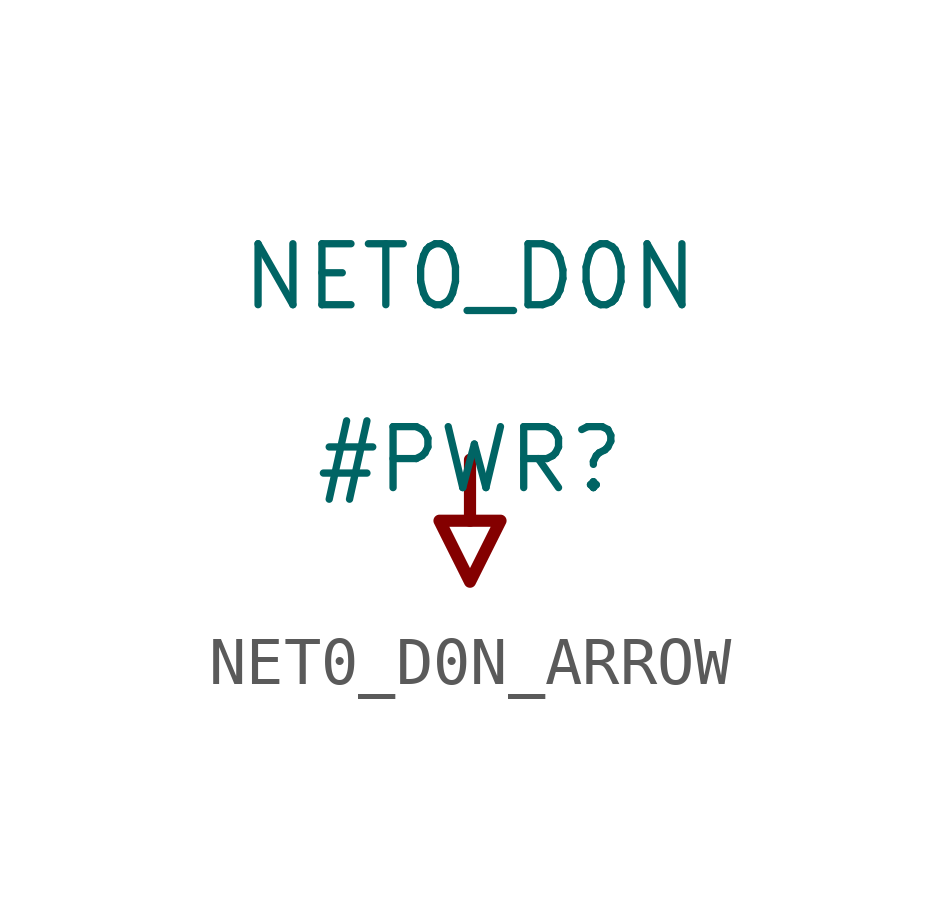
<source format=kicad_sym>
(kicad_symbol_lib
  (version 20231120)
  (generator "kicad_symbol_editor")
  (generator_version "8.0")
  (symbol "NET0_D0N_ARROW"
    (power)
    (property "Reference" "#PWR"
      (at 0 0 0)
      (effects (font (size 1.27 1.27))))
    (property "Value" "NET0_D0N"
      (at 0 3.81 0)
      (effects (font (size 1.27 1.27))))
    (symbol "NET0_D0N_ARROW_0_0"
      (polyline (pts (xy 0 0) (xy 0 -1.27)) (stroke (width 0.254) (type solid)) (fill (type none)))
      (polyline (pts (xy -0.635 -1.27) (xy 0.635 -1.27) (xy 0 -2.54) (xy -0.635 -1.27)) (stroke (width 0.254) (type solid)) (fill (type none)))
      (pin power_in line (at 0 0 0) (length 0) hide (name "NET0_D0N" (effects (font (size 1.27 1.27)))) (number "" (effects (font (size 1.27 1.27))))))))
</source>
